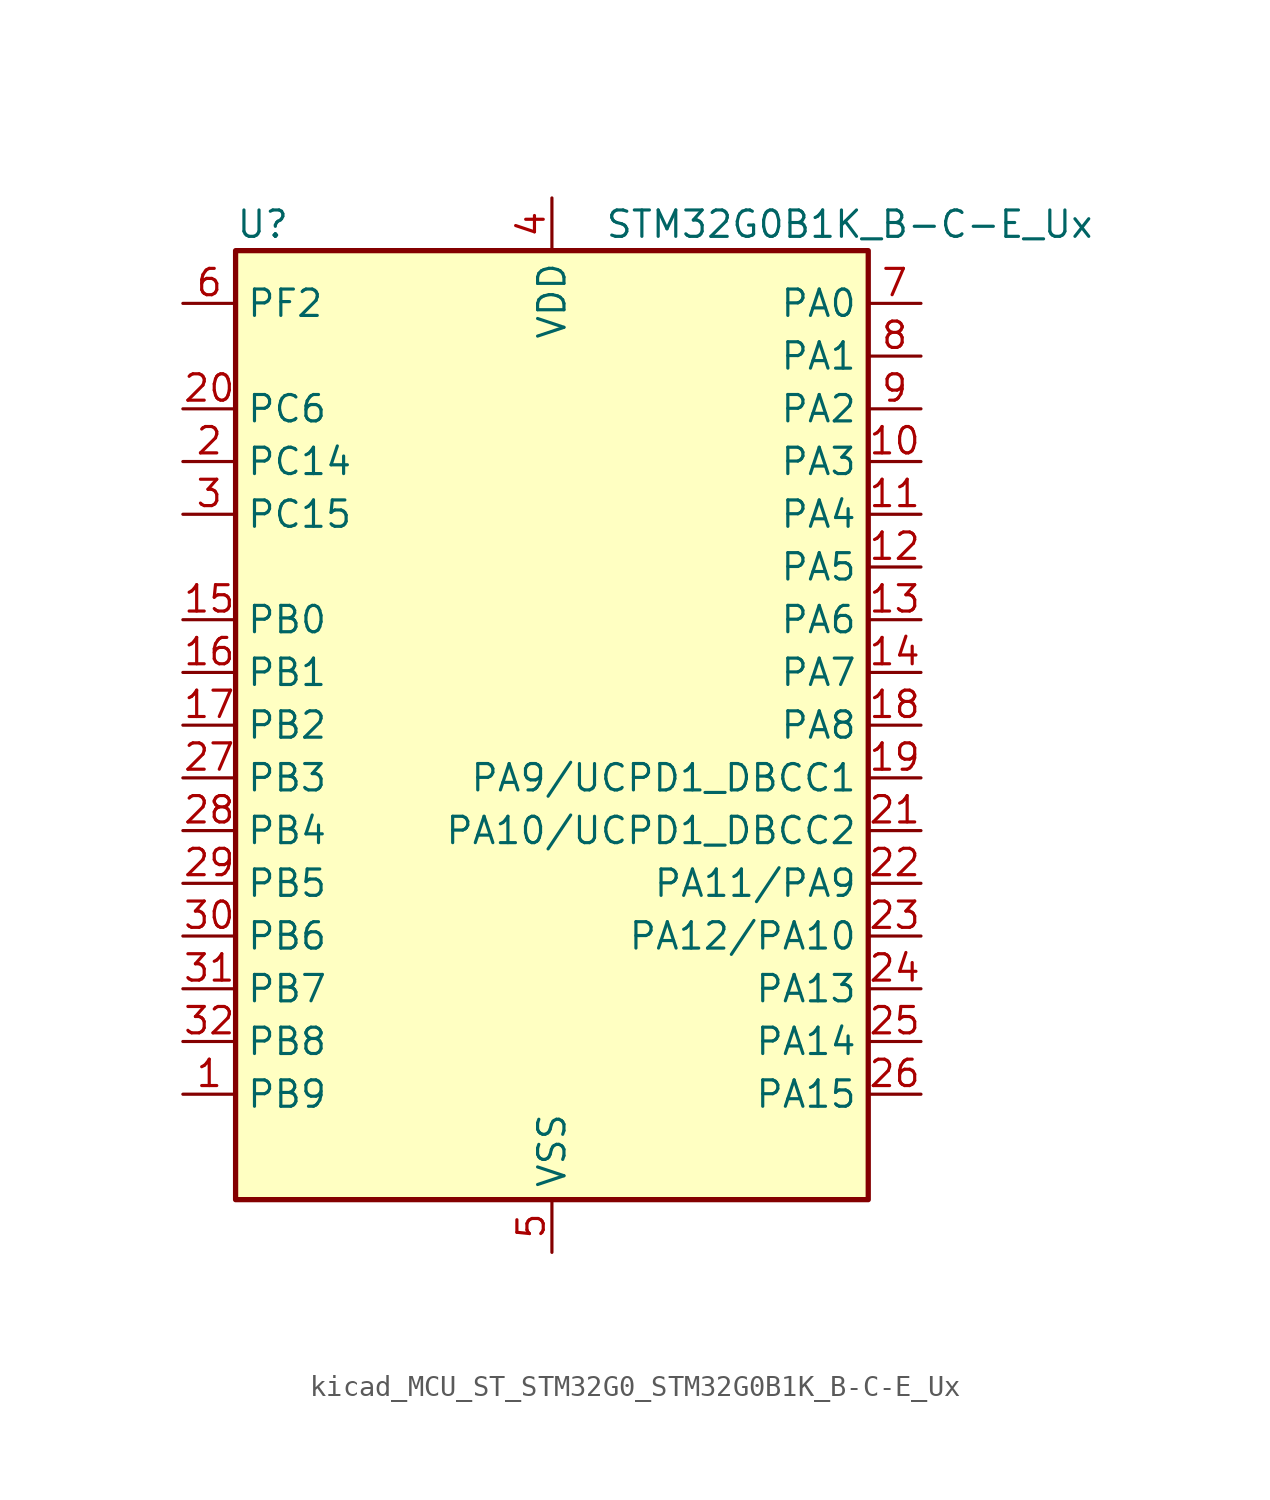
<source format=kicad_sym>
(kicad_symbol_lib
  (version 20220914)
  (generator kicad_symbol_editor)
  (symbol "kicad_MCU_ST_STM32G0_STM32G0B1K_B-C-E_Ux"
    (property "Reference" "U"
      (at -15.24 24.13 0)
      (effects (font (size 1.27 1.27)) (justify left)))
    (property "Value" "STM32G0B1K_B-C-E_Ux"
      (at 2.54 24.13 0)
      (effects (font (size 1.27 1.27)) (justify left)))
    (property "ki_locked" ""
      (at 0 0 0)
      (effects (font (size 1.27 1.27))))
    (symbol "kicad_MCU_ST_STM32G0_STM32G0B1K_B-C-E_Ux_0_1"
      (rectangle (start -15.24 -22.86) (end 15.24 22.86) (stroke (width 0.254) (type default)) (fill (type background))))
    (symbol "kicad_MCU_ST_STM32G0_STM32G0B1K_B-C-E_Ux_1_1"
      (pin bidirectional line (at -17.78 -17.78 0) (length 2.54) (name "PB9" (effects (font (size 1.27 1.27)))) (number "1" (effects (font (size 1.27 1.27)))) (alternate "DAC1_EXTI9" bidirectional line) (alternate "FDCAN1_TX" bidirectional line) (alternate "I2C1_SDA" bidirectional line) (alternate "I2S2_WS" bidirectional line) (alternate "IR_OUT" bidirectional line) (alternate "SPI2_NSS" bidirectional line) (alternate "TIM17_CH1" bidirectional line) (alternate "TIM4_CH4" bidirectional line) (alternate "USART3_RX" bidirectional line) (alternate "USART6_RX" bidirectional line))
      (pin bidirectional line (at 17.78 12.7 180) (length 2.54) (name "PA3" (effects (font (size 1.27 1.27)))) (number "10" (effects (font (size 1.27 1.27)))) (alternate "ADC1_IN3" bidirectional line) (alternate "COMP2_INP" bidirectional line) (alternate "I2S2_MCK" bidirectional line) (alternate "LPUART1_RX" bidirectional line) (alternate "SPI2_MISO" bidirectional line) (alternate "TIM15_CH2" bidirectional line) (alternate "TIM2_CH4" bidirectional line) (alternate "USART2_RX" bidirectional line))
      (pin bidirectional line (at 17.78 10.16 180) (length 2.54) (name "PA4" (effects (font (size 1.27 1.27)))) (number "11" (effects (font (size 1.27 1.27)))) (alternate "ADC1_IN4" bidirectional line) (alternate "DAC1_OUT1" bidirectional line) (alternate "I2S1_WS" bidirectional line) (alternate "I2S2_SD" bidirectional line) (alternate "LPTIM2_OUT" bidirectional line) (alternate "RTC_OUT1" bidirectional line) (alternate "RTC_TAMP_IN1" bidirectional line) (alternate "RTC_TS" bidirectional line) (alternate "SPI1_NSS" bidirectional line) (alternate "SPI2_MOSI" bidirectional line) (alternate "SPI3_NSS" bidirectional line) (alternate "SYS_WKUP2" bidirectional line) (alternate "TIM14_CH1" bidirectional line) (alternate "USART6_TX" bidirectional line) (alternate "USB_NOE" bidirectional line))
      (pin bidirectional line (at 17.78 7.62 180) (length 2.54) (name "PA5" (effects (font (size 1.27 1.27)))) (number "12" (effects (font (size 1.27 1.27)))) (alternate "ADC1_IN5" bidirectional line) (alternate "CEC" bidirectional line) (alternate "DAC1_OUT2" bidirectional line) (alternate "I2S1_CK" bidirectional line) (alternate "LPTIM2_ETR" bidirectional line) (alternate "SPI1_SCK" bidirectional line) (alternate "TIM2_CH1" bidirectional line) (alternate "TIM2_ETR" bidirectional line) (alternate "UCPD1_FRSTX1" bidirectional line) (alternate "UCPD1_FRSTX2" bidirectional line) (alternate "USART3_TX" bidirectional line) (alternate "USART6_RX" bidirectional line))
      (pin bidirectional line (at 17.78 5.08 180) (length 2.54) (name "PA6" (effects (font (size 1.27 1.27)))) (number "13" (effects (font (size 1.27 1.27)))) (alternate "ADC1_IN6" bidirectional line) (alternate "COMP1_OUT" bidirectional line) (alternate "I2C2_SDA" bidirectional line) (alternate "I2C3_SDA" bidirectional line) (alternate "I2S1_MCK" bidirectional line) (alternate "LPUART1_CTS" bidirectional line) (alternate "SPI1_MISO" bidirectional line) (alternate "TIM16_CH1" bidirectional line) (alternate "TIM1_BK" bidirectional line) (alternate "TIM3_CH1" bidirectional line) (alternate "USART3_CTS" bidirectional line) (alternate "USART3_NSS" bidirectional line) (alternate "USART6_CTS" bidirectional line) (alternate "USART6_NSS" bidirectional line))
      (pin bidirectional line (at 17.78 2.54 180) (length 2.54) (name "PA7" (effects (font (size 1.27 1.27)))) (number "14" (effects (font (size 1.27 1.27)))) (alternate "ADC1_IN7" bidirectional line) (alternate "COMP2_OUT" bidirectional line) (alternate "I2C2_SCL" bidirectional line) (alternate "I2C3_SCL" bidirectional line) (alternate "I2S1_SD" bidirectional line) (alternate "SPI1_MOSI" bidirectional line) (alternate "TIM14_CH1" bidirectional line) (alternate "TIM17_CH1" bidirectional line) (alternate "TIM1_CH1N" bidirectional line) (alternate "TIM3_CH2" bidirectional line) (alternate "UCPD1_FRSTX1" bidirectional line) (alternate "UCPD1_FRSTX2" bidirectional line) (alternate "USART6_CK" bidirectional line) (alternate "USART6_DE" bidirectional line) (alternate "USART6_RTS" bidirectional line))
      (pin bidirectional line (at -17.78 5.08 0) (length 2.54) (name "PB0" (effects (font (size 1.27 1.27)))) (number "15" (effects (font (size 1.27 1.27)))) (alternate "ADC1_IN8" bidirectional line) (alternate "COMP1_OUT" bidirectional line) (alternate "COMP3_INP" bidirectional line) (alternate "FDCAN2_RX" bidirectional line) (alternate "I2S1_WS" bidirectional line) (alternate "LPTIM1_OUT" bidirectional line) (alternate "LPUART2_CTS" bidirectional line) (alternate "SPI1_NSS" bidirectional line) (alternate "TIM1_CH2N" bidirectional line) (alternate "TIM3_CH3" bidirectional line) (alternate "UCPD1_FRSTX1" bidirectional line) (alternate "UCPD1_FRSTX2" bidirectional line) (alternate "USART3_RX" bidirectional line) (alternate "USART5_TX" bidirectional line))
      (pin bidirectional line (at -17.78 2.54 0) (length 2.54) (name "PB1" (effects (font (size 1.27 1.27)))) (number "16" (effects (font (size 1.27 1.27)))) (alternate "ADC1_IN9" bidirectional line) (alternate "COMP1_INM" bidirectional line) (alternate "COMP3_OUT" bidirectional line) (alternate "FDCAN2_TX" bidirectional line) (alternate "LPTIM2_IN1" bidirectional line) (alternate "LPUART1_DE" bidirectional line) (alternate "LPUART1_RTS" bidirectional line) (alternate "LPUART2_DE" bidirectional line) (alternate "LPUART2_RTS" bidirectional line) (alternate "TIM14_CH1" bidirectional line) (alternate "TIM1_CH3N" bidirectional line) (alternate "TIM3_CH4" bidirectional line) (alternate "USART3_CK" bidirectional line) (alternate "USART3_DE" bidirectional line) (alternate "USART3_RTS" bidirectional line) (alternate "USART5_RX" bidirectional line))
      (pin bidirectional line (at -17.78 0 0) (length 2.54) (name "PB2" (effects (font (size 1.27 1.27)))) (number "17" (effects (font (size 1.27 1.27)))) (alternate "ADC1_IN10" bidirectional line) (alternate "COMP1_INP" bidirectional line) (alternate "COMP3_INM" bidirectional line) (alternate "I2S2_MCK" bidirectional line) (alternate "LPTIM1_OUT" bidirectional line) (alternate "RCC_MCO_2" bidirectional line) (alternate "SPI2_MISO" bidirectional line) (alternate "USART3_TX" bidirectional line))
      (pin bidirectional line (at 17.78 0 180) (length 2.54) (name "PA8" (effects (font (size 1.27 1.27)))) (number "18" (effects (font (size 1.27 1.27)))) (alternate "CRS1_SYNC" bidirectional line) (alternate "I2C2_SMBA" bidirectional line) (alternate "I2S2_WS" bidirectional line) (alternate "LPTIM2_OUT" bidirectional line) (alternate "RCC_MCO" bidirectional line) (alternate "SPI2_NSS" bidirectional line) (alternate "TIM1_CH1" bidirectional line) (alternate "UCPD1_CC1" bidirectional line))
      (pin bidirectional line (at 17.78 -2.54 180) (length 2.54) (name "PA9/UCPD1_DBCC1" (effects (font (size 1.27 1.27)))) (number "19" (effects (font (size 1.27 1.27)))) (alternate "DAC1_EXTI9" bidirectional line) (alternate "I2C1_SCL" bidirectional line) (alternate "I2C2_SCL" bidirectional line) (alternate "I2S2_MCK" bidirectional line) (alternate "RCC_MCO" bidirectional line) (alternate "SPI2_MISO" bidirectional line) (alternate "TIM15_BK" bidirectional line) (alternate "TIM1_CH2" bidirectional line) (alternate "UCPD1_DBCC1" bidirectional line) (alternate "USART1_TX" bidirectional line))
      (pin bidirectional line (at -17.78 12.7 0) (length 2.54) (name "PC14" (effects (font (size 1.27 1.27)))) (number "2" (effects (font (size 1.27 1.27)))) (alternate "RCC_OSC32_IN" bidirectional line) (alternate "RCC_OSC_IN" bidirectional line) (alternate "TIM1_BK2" bidirectional line))
      (pin bidirectional line (at -17.78 15.24 0) (length 2.54) (name "PC6" (effects (font (size 1.27 1.27)))) (number "20" (effects (font (size 1.27 1.27)))) (alternate "LPUART2_TX" bidirectional line) (alternate "TIM2_CH3" bidirectional line) (alternate "TIM3_CH1" bidirectional line) (alternate "UCPD1_FRSTX1" bidirectional line) (alternate "UCPD1_FRSTX2" bidirectional line))
      (pin bidirectional line (at 17.78 -5.08 180) (length 2.54) (name "PA10/UCPD1_DBCC2" (effects (font (size 1.27 1.27)))) (number "21" (effects (font (size 1.27 1.27)))) (alternate "I2C1_SDA" bidirectional line) (alternate "I2C2_SDA" bidirectional line) (alternate "I2S2_SD" bidirectional line) (alternate "RCC_MCO_2" bidirectional line) (alternate "SPI2_MOSI" bidirectional line) (alternate "TIM17_BK" bidirectional line) (alternate "TIM1_CH3" bidirectional line) (alternate "UCPD1_DBCC2" bidirectional line) (alternate "USART1_RX" bidirectional line))
      (pin bidirectional line (at 17.78 -7.62 180) (length 2.54) (name "PA11/PA9" (effects (font (size 1.27 1.27)))) (number "22" (effects (font (size 1.27 1.27)))) (alternate "ADC1_EXTI11" bidirectional line) (alternate "COMP1_OUT" bidirectional line) (alternate "FDCAN1_RX" bidirectional line) (alternate "I2C2_SCL" bidirectional line) (alternate "I2S1_MCK" bidirectional line) (alternate "SPI1_MISO" bidirectional line) (alternate "TIM1_BK2" bidirectional line) (alternate "TIM1_CH4" bidirectional line) (alternate "USART1_CTS" bidirectional line) (alternate "USART1_NSS" bidirectional line) (alternate "USB_DM" bidirectional line))
      (pin bidirectional line (at 17.78 -10.16 180) (length 2.54) (name "PA12/PA10" (effects (font (size 1.27 1.27)))) (number "23" (effects (font (size 1.27 1.27)))) (alternate "COMP2_OUT" bidirectional line) (alternate "FDCAN1_TX" bidirectional line) (alternate "I2C2_SDA" bidirectional line) (alternate "I2S1_SD" bidirectional line) (alternate "I2S_CKIN" bidirectional line) (alternate "SPI1_MOSI" bidirectional line) (alternate "TIM1_ETR" bidirectional line) (alternate "USART1_CK" bidirectional line) (alternate "USART1_DE" bidirectional line) (alternate "USART1_RTS" bidirectional line) (alternate "USB_DP" bidirectional line))
      (pin bidirectional line (at 17.78 -12.7 180) (length 2.54) (name "PA13" (effects (font (size 1.27 1.27)))) (number "24" (effects (font (size 1.27 1.27)))) (alternate "IR_OUT" bidirectional line) (alternate "LPUART2_RX" bidirectional line) (alternate "SYS_SWDIO" bidirectional line) (alternate "USB_NOE" bidirectional line))
      (pin bidirectional line (at 17.78 -15.24 180) (length 2.54) (name "PA14" (effects (font (size 1.27 1.27)))) (number "25" (effects (font (size 1.27 1.27)))) (alternate "LPUART2_TX" bidirectional line) (alternate "SYS_SWCLK" bidirectional line) (alternate "USART2_TX" bidirectional line))
      (pin bidirectional line (at 17.78 -17.78 180) (length 2.54) (name "PA15" (effects (font (size 1.27 1.27)))) (number "26" (effects (font (size 1.27 1.27)))) (alternate "I2C2_SMBA" bidirectional line) (alternate "I2S1_WS" bidirectional line) (alternate "RCC_MCO_2" bidirectional line) (alternate "SPI1_NSS" bidirectional line) (alternate "SPI3_NSS" bidirectional line) (alternate "TIM2_CH1" bidirectional line) (alternate "TIM2_ETR" bidirectional line) (alternate "USART2_RX" bidirectional line) (alternate "USART3_CK" bidirectional line) (alternate "USART3_DE" bidirectional line) (alternate "USART3_RTS" bidirectional line) (alternate "USART4_CK" bidirectional line) (alternate "USART4_DE" bidirectional line) (alternate "USART4_RTS" bidirectional line) (alternate "USB_NOE" bidirectional line))
      (pin bidirectional line (at -17.78 -2.54 0) (length 2.54) (name "PB3" (effects (font (size 1.27 1.27)))) (number "27" (effects (font (size 1.27 1.27)))) (alternate "COMP2_INM" bidirectional line) (alternate "I2C2_SCL" bidirectional line) (alternate "I2C3_SCL" bidirectional line) (alternate "I2S1_CK" bidirectional line) (alternate "SPI1_SCK" bidirectional line) (alternate "SPI3_SCK" bidirectional line) (alternate "TIM1_CH2" bidirectional line) (alternate "TIM2_CH2" bidirectional line) (alternate "USART1_CK" bidirectional line) (alternate "USART1_DE" bidirectional line) (alternate "USART1_RTS" bidirectional line) (alternate "USART5_TX" bidirectional line))
      (pin bidirectional line (at -17.78 -5.08 0) (length 2.54) (name "PB4" (effects (font (size 1.27 1.27)))) (number "28" (effects (font (size 1.27 1.27)))) (alternate "COMP2_INP" bidirectional line) (alternate "I2C2_SDA" bidirectional line) (alternate "I2C3_SDA" bidirectional line) (alternate "I2S1_MCK" bidirectional line) (alternate "SPI1_MISO" bidirectional line) (alternate "SPI3_MISO" bidirectional line) (alternate "TIM17_BK" bidirectional line) (alternate "TIM3_CH1" bidirectional line) (alternate "USART1_CTS" bidirectional line) (alternate "USART1_NSS" bidirectional line) (alternate "USART5_RX" bidirectional line))
      (pin bidirectional line (at -17.78 -7.62 0) (length 2.54) (name "PB5" (effects (font (size 1.27 1.27)))) (number "29" (effects (font (size 1.27 1.27)))) (alternate "COMP2_OUT" bidirectional line) (alternate "FDCAN2_RX" bidirectional line) (alternate "I2C1_SMBA" bidirectional line) (alternate "I2S1_SD" bidirectional line) (alternate "LPTIM1_IN1" bidirectional line) (alternate "SPI1_MOSI" bidirectional line) (alternate "SPI3_MOSI" bidirectional line) (alternate "SYS_WKUP6" bidirectional line) (alternate "TIM16_BK" bidirectional line) (alternate "TIM3_CH2" bidirectional line) (alternate "USART5_CK" bidirectional line) (alternate "USART5_DE" bidirectional line) (alternate "USART5_RTS" bidirectional line))
      (pin bidirectional line (at -17.78 10.16 0) (length 2.54) (name "PC15" (effects (font (size 1.27 1.27)))) (number "3" (effects (font (size 1.27 1.27)))) (alternate "RCC_OSC32_EN" bidirectional line) (alternate "RCC_OSC32_OUT" bidirectional line) (alternate "RCC_OSC_EN" bidirectional line) (alternate "TIM15_BK" bidirectional line))
      (pin bidirectional line (at -17.78 -10.16 0) (length 2.54) (name "PB6" (effects (font (size 1.27 1.27)))) (number "30" (effects (font (size 1.27 1.27)))) (alternate "COMP2_INP" bidirectional line) (alternate "FDCAN2_TX" bidirectional line) (alternate "I2C1_SCL" bidirectional line) (alternate "I2S2_MCK" bidirectional line) (alternate "LPTIM1_ETR" bidirectional line) (alternate "LPUART2_TX" bidirectional line) (alternate "SPI2_MISO" bidirectional line) (alternate "TIM16_CH1N" bidirectional line) (alternate "TIM1_CH3" bidirectional line) (alternate "TIM4_CH1" bidirectional line) (alternate "USART1_TX" bidirectional line) (alternate "USART5_CTS" bidirectional line) (alternate "USART5_NSS" bidirectional line))
      (pin bidirectional line (at -17.78 -12.7 0) (length 2.54) (name "PB7" (effects (font (size 1.27 1.27)))) (number "31" (effects (font (size 1.27 1.27)))) (alternate "COMP2_INM" bidirectional line) (alternate "I2C1_SDA" bidirectional line) (alternate "I2S2_SD" bidirectional line) (alternate "LPTIM1_IN2" bidirectional line) (alternate "LPUART2_RX" bidirectional line) (alternate "SPI2_MOSI" bidirectional line) (alternate "SYS_PVD_IN" bidirectional line) (alternate "TIM17_CH1N" bidirectional line) (alternate "TIM4_CH2" bidirectional line) (alternate "USART1_RX" bidirectional line) (alternate "USART4_CTS" bidirectional line) (alternate "USART4_NSS" bidirectional line))
      (pin bidirectional line (at -17.78 -15.24 0) (length 2.54) (name "PB8" (effects (font (size 1.27 1.27)))) (number "32" (effects (font (size 1.27 1.27)))) (alternate "CEC" bidirectional line) (alternate "FDCAN1_RX" bidirectional line) (alternate "I2C1_SCL" bidirectional line) (alternate "I2S2_CK" bidirectional line) (alternate "SPI2_SCK" bidirectional line) (alternate "TIM15_BK" bidirectional line) (alternate "TIM16_CH1" bidirectional line) (alternate "TIM4_CH3" bidirectional line) (alternate "USART3_TX" bidirectional line) (alternate "USART6_TX" bidirectional line))
      (pin passive line (at 0 -25.4 90) (length 2.54) hide (name "VSS" (effects (font (size 1.27 1.27)))) (number "33" (effects (font (size 1.27 1.27)))))
      (pin power_in line (at 0 25.4 270) (length 2.54) (name "VDD" (effects (font (size 1.27 1.27)))) (number "4" (effects (font (size 1.27 1.27)))))
      (pin power_in line (at 0 -25.4 90) (length 2.54) (name "VSS" (effects (font (size 1.27 1.27)))) (number "5" (effects (font (size 1.27 1.27)))))
      (pin bidirectional line (at -17.78 20.32 0) (length 2.54) (name "PF2" (effects (font (size 1.27 1.27)))) (number "6" (effects (font (size 1.27 1.27)))) (alternate "LPUART2_DE" bidirectional line) (alternate "LPUART2_RTS" bidirectional line) (alternate "LPUART2_TX" bidirectional line) (alternate "RCC_MCO" bidirectional line))
      (pin bidirectional line (at 17.78 20.32 180) (length 2.54) (name "PA0" (effects (font (size 1.27 1.27)))) (number "7" (effects (font (size 1.27 1.27)))) (alternate "ADC1_IN0" bidirectional line) (alternate "COMP1_INM" bidirectional line) (alternate "COMP1_OUT" bidirectional line) (alternate "I2S2_CK" bidirectional line) (alternate "LPTIM1_OUT" bidirectional line) (alternate "RTC_TAMP_IN2" bidirectional line) (alternate "SPI2_SCK" bidirectional line) (alternate "SYS_WKUP1" bidirectional line) (alternate "TIM2_CH1" bidirectional line) (alternate "TIM2_ETR" bidirectional line) (alternate "USART2_CTS" bidirectional line) (alternate "USART2_NSS" bidirectional line) (alternate "USART4_TX" bidirectional line))
      (pin bidirectional line (at 17.78 17.78 180) (length 2.54) (name "PA1" (effects (font (size 1.27 1.27)))) (number "8" (effects (font (size 1.27 1.27)))) (alternate "ADC1_IN1" bidirectional line) (alternate "COMP1_INP" bidirectional line) (alternate "I2C1_SMBA" bidirectional line) (alternate "I2S1_CK" bidirectional line) (alternate "SPI1_SCK" bidirectional line) (alternate "TIM15_CH1N" bidirectional line) (alternate "TIM2_CH2" bidirectional line) (alternate "USART2_CK" bidirectional line) (alternate "USART2_DE" bidirectional line) (alternate "USART2_RTS" bidirectional line) (alternate "USART4_RX" bidirectional line))
      (pin bidirectional line (at 17.78 15.24 180) (length 2.54) (name "PA2" (effects (font (size 1.27 1.27)))) (number "9" (effects (font (size 1.27 1.27)))) (alternate "ADC1_IN2" bidirectional line) (alternate "COMP2_INM" bidirectional line) (alternate "COMP2_OUT" bidirectional line) (alternate "I2S1_SD" bidirectional line) (alternate "LPUART1_TX" bidirectional line) (alternate "RCC_LSCO" bidirectional line) (alternate "SPI1_MOSI" bidirectional line) (alternate "SYS_WKUP4" bidirectional line) (alternate "TIM15_CH1" bidirectional line) (alternate "TIM2_CH3" bidirectional line) (alternate "UCPD1_FRSTX1" bidirectional line) (alternate "UCPD1_FRSTX2" bidirectional line) (alternate "USART2_TX" bidirectional line)))))
</source>
